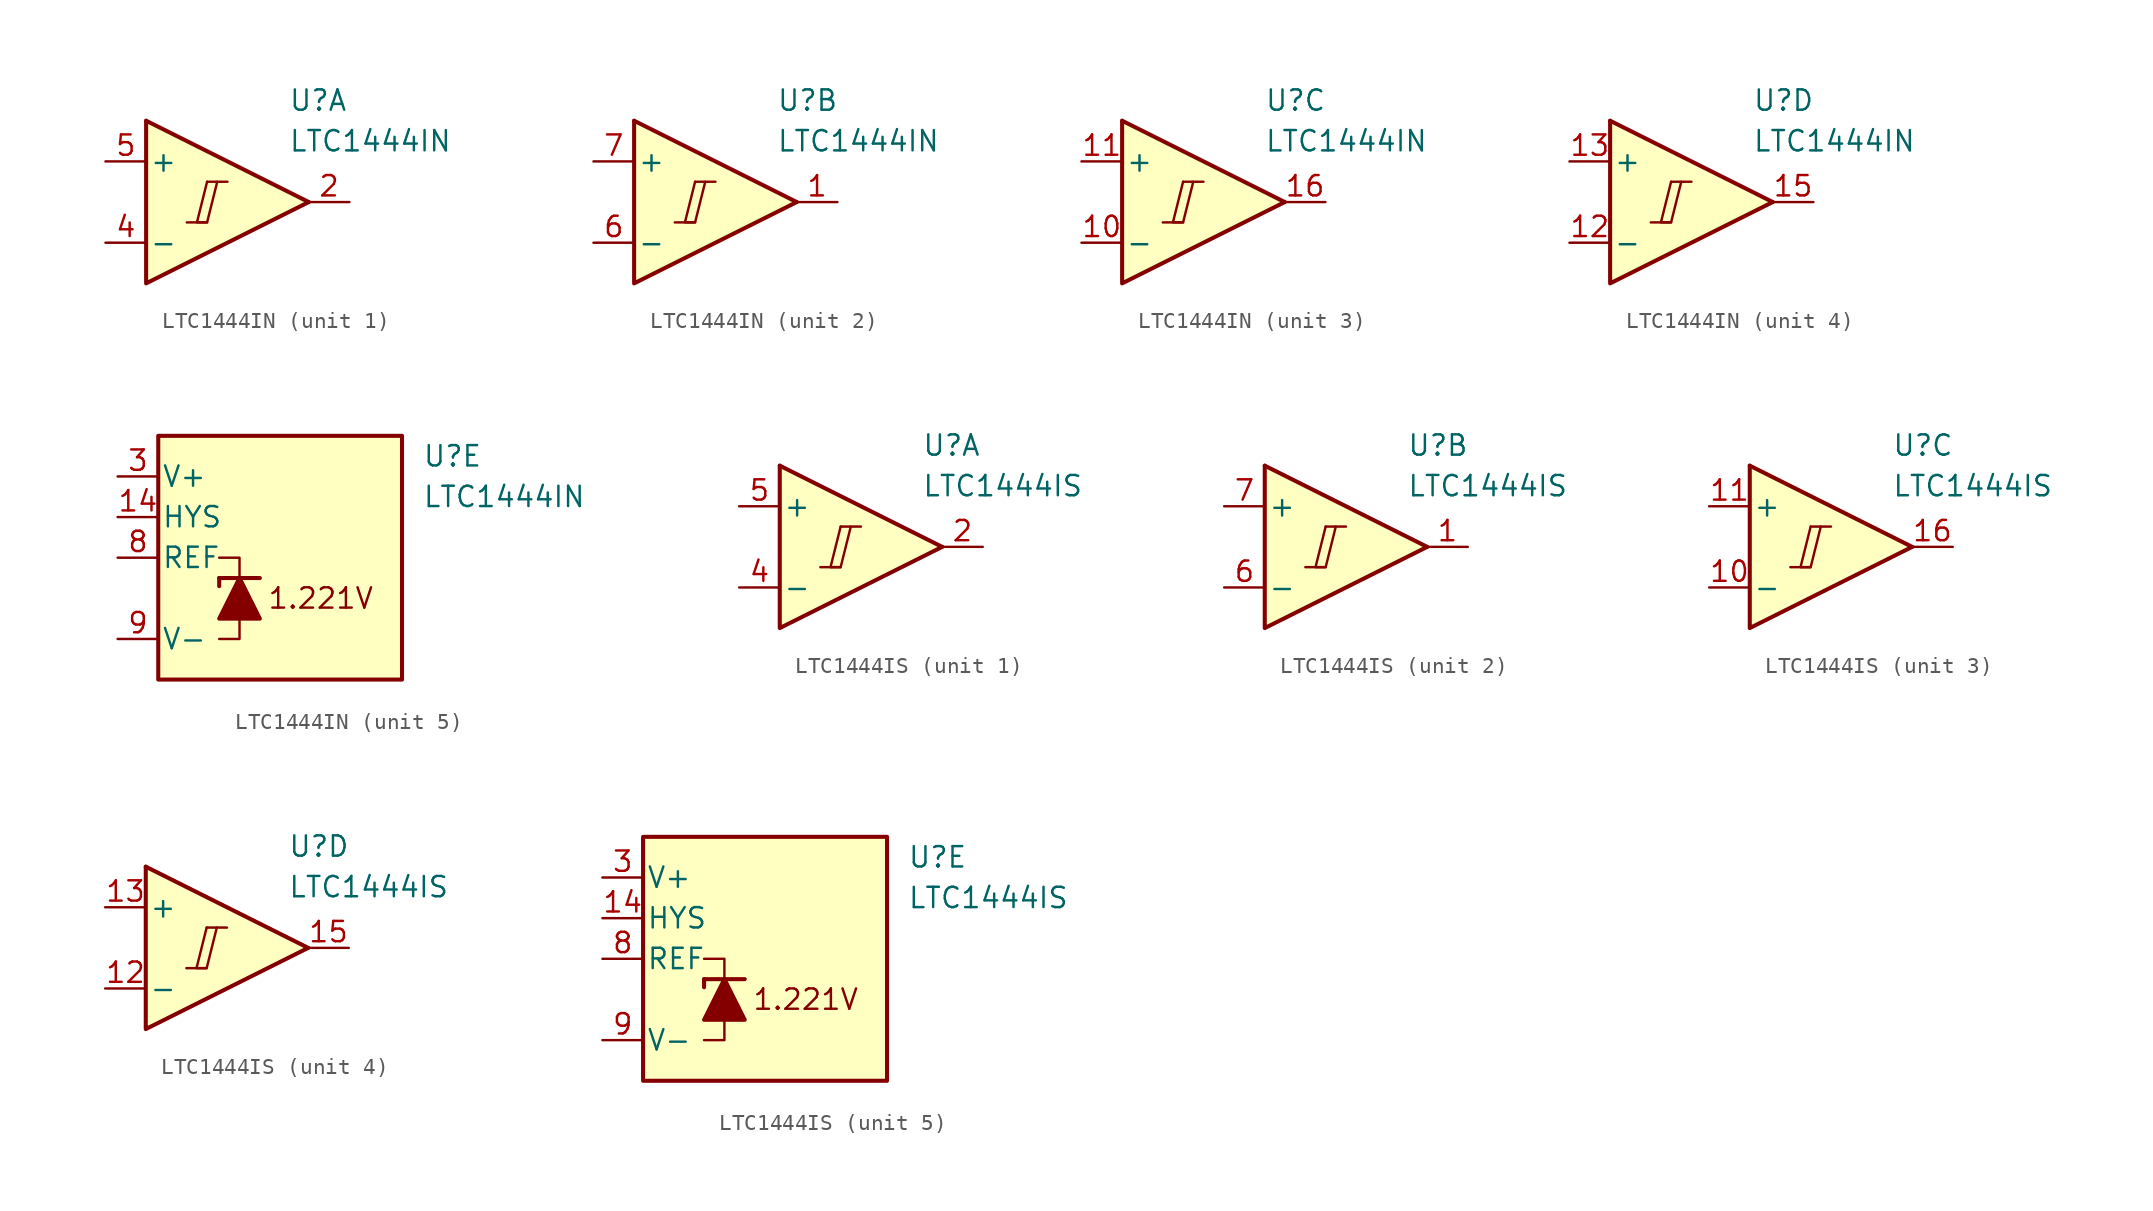
<source format=kicad_sym>
(kicad_symbol_lib
  (version 20231120)
  (generator "kicad_symbol_editor")
  (generator_version "8.0")
  (symbol "LTC1444IN"
    (pin_names
      (offset 0.2))
    (property "Reference" "U"
      (at 5.08 6.35 0)
      (effects (font (size 1.27 1.27)) (justify left)))
    (property "Value" "LTC1444IN"
      (at 5.08 3.81 0)
      (effects (font (size 1.27 1.27)) (justify left)))
    (property "ki_locked" ""
      (at 0 0 0)
      (effects (font (size 1.27 1.27))))
    (symbol "LTC1444IN_1_0"
      (polyline (pts (xy -1.27 -1.27) (xy 0 -1.27)) (stroke (width 0.152) (type default)) (fill (type none)))
      (polyline (pts (xy 0 1.27) (xy 1.27 1.27)) (stroke (width 0.152) (type default)) (fill (type none)))
      (polyline (pts (xy 0 1.27) (xy -0.635 -1.27) (xy 0 -1.27) (xy 0.635 1.27)) (stroke (width 0.152) (type default)) (fill (type none))))
    (symbol "LTC1444IN_1_1"
      (polyline (pts (xy -3.81 5.08) (xy 6.35 0)) (stroke (width 0.254) (type default)) (fill (type none)))
      (polyline (pts (xy -3.81 5.08) (xy -3.81 -5.08) (xy 6.35 0)) (stroke (width 0.254) (type default)) (fill (type background)))
      (pin output line (at 8.89 0 180) (length 2.54) (name "~" (effects (font (size 1.27 1.27)))) (number "2" (effects (font (size 1.27 1.27)))))
      (pin input line (at -6.35 -2.54 0) (length 2.54) (name "-" (effects (font (size 1.27 1.27)))) (number "4" (effects (font (size 1.27 1.27)))))
      (pin input line (at -6.35 2.54 0) (length 2.54) (name "+" (effects (font (size 1.27 1.27)))) (number "5" (effects (font (size 1.27 1.27))))))
    (symbol "LTC1444IN_2_0"
      (polyline (pts (xy -1.27 -1.27) (xy 0 -1.27)) (stroke (width 0.152) (type default)) (fill (type none)))
      (polyline (pts (xy 0 1.27) (xy 1.27 1.27)) (stroke (width 0.152) (type default)) (fill (type none)))
      (polyline (pts (xy 0 1.27) (xy -0.635 -1.27) (xy 0 -1.27) (xy 0.635 1.27)) (stroke (width 0.152) (type default)) (fill (type none))))
    (symbol "LTC1444IN_2_1"
      (polyline (pts (xy -3.81 5.08) (xy 6.35 0)) (stroke (width 0.254) (type default)) (fill (type none)))
      (polyline (pts (xy -3.81 5.08) (xy -3.81 -5.08) (xy 6.35 0)) (stroke (width 0.254) (type default)) (fill (type background)))
      (pin output line (at 8.89 0 180) (length 2.54) (name "~" (effects (font (size 1.27 1.27)))) (number "1" (effects (font (size 1.27 1.27)))))
      (pin input line (at -6.35 -2.54 0) (length 2.54) (name "-" (effects (font (size 1.27 1.27)))) (number "6" (effects (font (size 1.27 1.27)))))
      (pin input line (at -6.35 2.54 0) (length 2.54) (name "+" (effects (font (size 1.27 1.27)))) (number "7" (effects (font (size 1.27 1.27))))))
    (symbol "LTC1444IN_3_0"
      (polyline (pts (xy -1.27 -1.27) (xy 0 -1.27)) (stroke (width 0.152) (type default)) (fill (type none)))
      (polyline (pts (xy 0 1.27) (xy 1.27 1.27)) (stroke (width 0.152) (type default)) (fill (type none)))
      (polyline (pts (xy 0 1.27) (xy -0.635 -1.27) (xy 0 -1.27) (xy 0.635 1.27)) (stroke (width 0.152) (type default)) (fill (type none))))
    (symbol "LTC1444IN_3_1"
      (polyline (pts (xy -3.81 5.08) (xy 6.35 0)) (stroke (width 0.254) (type default)) (fill (type none)))
      (polyline (pts (xy -3.81 5.08) (xy -3.81 -5.08) (xy 6.35 0)) (stroke (width 0.254) (type default)) (fill (type background)))
      (pin input line (at -6.35 -2.54 0) (length 2.54) (name "-" (effects (font (size 1.27 1.27)))) (number "10" (effects (font (size 1.27 1.27)))))
      (pin input line (at -6.35 2.54 0) (length 2.54) (name "+" (effects (font (size 1.27 1.27)))) (number "11" (effects (font (size 1.27 1.27)))))
      (pin output line (at 8.89 0 180) (length 2.54) (name "~" (effects (font (size 1.27 1.27)))) (number "16" (effects (font (size 1.27 1.27))))))
    (symbol "LTC1444IN_4_0"
      (polyline (pts (xy -1.27 -1.27) (xy 0 -1.27)) (stroke (width 0.152) (type default)) (fill (type none)))
      (polyline (pts (xy 0 1.27) (xy 1.27 1.27)) (stroke (width 0.152) (type default)) (fill (type none)))
      (polyline (pts (xy 0 1.27) (xy -0.635 -1.27) (xy 0 -1.27) (xy 0.635 1.27)) (stroke (width 0.152) (type default)) (fill (type none))))
    (symbol "LTC1444IN_4_1"
      (polyline (pts (xy -3.81 5.08) (xy 6.35 0)) (stroke (width 0.254) (type default)) (fill (type none)))
      (polyline (pts (xy -3.81 5.08) (xy -3.81 -5.08) (xy 6.35 0)) (stroke (width 0.254) (type default)) (fill (type background)))
      (pin input line (at -6.35 -2.54 0) (length 2.54) (name "-" (effects (font (size 1.27 1.27)))) (number "12" (effects (font (size 1.27 1.27)))))
      (pin input line (at -6.35 2.54 0) (length 2.54) (name "+" (effects (font (size 1.27 1.27)))) (number "13" (effects (font (size 1.27 1.27)))))
      (pin output line (at 8.89 0 180) (length 2.54) (name "~" (effects (font (size 1.27 1.27)))) (number "15" (effects (font (size 1.27 1.27))))))
    (symbol "LTC1444IN_5_0"
      (text "1.221V" (at -1.27 -2.54 0) (effects (font (size 1.27 1.27)))))
    (symbol "LTC1444IN_5_1"
      (rectangle (start -11.43 7.62) (end 3.81 -7.62) (stroke (width 0.254) (type default)) (fill (type background)))
      (polyline (pts (xy -7.62 -1.27) (xy -7.62 -1.778)) (stroke (width 0.254) (type default)) (fill (type none)))
      (polyline (pts (xy -7.62 -1.27) (xy -5.08 -1.27)) (stroke (width 0.254) (type default)) (fill (type none)))
      (polyline (pts (xy -6.35 -3.81) (xy -6.35 -5.08) (xy -7.62 -5.08)) (stroke (width 0) (type default)) (fill (type none)))
      (polyline (pts (xy -6.35 -1.27) (xy -6.35 0) (xy -7.62 0)) (stroke (width 0) (type default)) (fill (type none)))
      (polyline (pts (xy -5.08 -3.81) (xy -7.62 -3.81) (xy -6.35 -1.27) (xy -5.08 -3.81)) (stroke (width 0.254) (type default)) (fill (type outline)))
      (pin input line (at -13.97 2.54 0) (length 2.54) (name "HYS" (effects (font (size 1.27 1.27)))) (number "14" (effects (font (size 1.27 1.27)))))
      (pin power_in line (at -13.97 5.08 0) (length 2.54) (name "V+" (effects (font (size 1.27 1.27)))) (number "3" (effects (font (size 1.27 1.27)))))
      (pin output line (at -13.97 0 0) (length 2.54) (name "REF" (effects (font (size 1.27 1.27)))) (number "8" (effects (font (size 1.27 1.27)))))
      (pin power_in line (at -13.97 -5.08 0) (length 2.54) (name "V-" (effects (font (size 1.27 1.27)))) (number "9" (effects (font (size 1.27 1.27)))))))
  (symbol "LTC1444IS"
    (pin_names
      (offset 0.2))
    (property "Reference" "U"
      (at 5.08 6.35 0)
      (effects (font (size 1.27 1.27)) (justify left)))
    (property "Value" "LTC1444IS"
      (at 5.08 3.81 0)
      (effects (font (size 1.27 1.27)) (justify left)))
    (property "ki_locked" ""
      (at 0 0 0)
      (effects (font (size 1.27 1.27))))
    (symbol "LTC1444IS_1_0"
      (polyline (pts (xy -1.27 -1.27) (xy 0 -1.27)) (stroke (width 0.152) (type default)) (fill (type none)))
      (polyline (pts (xy 0 1.27) (xy 1.27 1.27)) (stroke (width 0.152) (type default)) (fill (type none)))
      (polyline (pts (xy 0 1.27) (xy -0.635 -1.27) (xy 0 -1.27) (xy 0.635 1.27)) (stroke (width 0.152) (type default)) (fill (type none))))
    (symbol "LTC1444IS_1_1"
      (polyline (pts (xy -3.81 5.08) (xy 6.35 0)) (stroke (width 0.254) (type default)) (fill (type none)))
      (polyline (pts (xy -3.81 5.08) (xy -3.81 -5.08) (xy 6.35 0)) (stroke (width 0.254) (type default)) (fill (type background)))
      (pin output line (at 8.89 0 180) (length 2.54) (name "~" (effects (font (size 1.27 1.27)))) (number "2" (effects (font (size 1.27 1.27)))))
      (pin input line (at -6.35 -2.54 0) (length 2.54) (name "-" (effects (font (size 1.27 1.27)))) (number "4" (effects (font (size 1.27 1.27)))))
      (pin input line (at -6.35 2.54 0) (length 2.54) (name "+" (effects (font (size 1.27 1.27)))) (number "5" (effects (font (size 1.27 1.27))))))
    (symbol "LTC1444IS_2_0"
      (polyline (pts (xy -1.27 -1.27) (xy 0 -1.27)) (stroke (width 0.152) (type default)) (fill (type none)))
      (polyline (pts (xy 0 1.27) (xy 1.27 1.27)) (stroke (width 0.152) (type default)) (fill (type none)))
      (polyline (pts (xy 0 1.27) (xy -0.635 -1.27) (xy 0 -1.27) (xy 0.635 1.27)) (stroke (width 0.152) (type default)) (fill (type none))))
    (symbol "LTC1444IS_2_1"
      (polyline (pts (xy -3.81 5.08) (xy 6.35 0)) (stroke (width 0.254) (type default)) (fill (type none)))
      (polyline (pts (xy -3.81 5.08) (xy -3.81 -5.08) (xy 6.35 0)) (stroke (width 0.254) (type default)) (fill (type background)))
      (pin output line (at 8.89 0 180) (length 2.54) (name "~" (effects (font (size 1.27 1.27)))) (number "1" (effects (font (size 1.27 1.27)))))
      (pin input line (at -6.35 -2.54 0) (length 2.54) (name "-" (effects (font (size 1.27 1.27)))) (number "6" (effects (font (size 1.27 1.27)))))
      (pin input line (at -6.35 2.54 0) (length 2.54) (name "+" (effects (font (size 1.27 1.27)))) (number "7" (effects (font (size 1.27 1.27))))))
    (symbol "LTC1444IS_3_0"
      (polyline (pts (xy -1.27 -1.27) (xy 0 -1.27)) (stroke (width 0.152) (type default)) (fill (type none)))
      (polyline (pts (xy 0 1.27) (xy 1.27 1.27)) (stroke (width 0.152) (type default)) (fill (type none)))
      (polyline (pts (xy 0 1.27) (xy -0.635 -1.27) (xy 0 -1.27) (xy 0.635 1.27)) (stroke (width 0.152) (type default)) (fill (type none))))
    (symbol "LTC1444IS_3_1"
      (polyline (pts (xy -3.81 5.08) (xy 6.35 0)) (stroke (width 0.254) (type default)) (fill (type none)))
      (polyline (pts (xy -3.81 5.08) (xy -3.81 -5.08) (xy 6.35 0)) (stroke (width 0.254) (type default)) (fill (type background)))
      (pin input line (at -6.35 -2.54 0) (length 2.54) (name "-" (effects (font (size 1.27 1.27)))) (number "10" (effects (font (size 1.27 1.27)))))
      (pin input line (at -6.35 2.54 0) (length 2.54) (name "+" (effects (font (size 1.27 1.27)))) (number "11" (effects (font (size 1.27 1.27)))))
      (pin output line (at 8.89 0 180) (length 2.54) (name "~" (effects (font (size 1.27 1.27)))) (number "16" (effects (font (size 1.27 1.27))))))
    (symbol "LTC1444IS_4_0"
      (polyline (pts (xy -1.27 -1.27) (xy 0 -1.27)) (stroke (width 0.152) (type default)) (fill (type none)))
      (polyline (pts (xy 0 1.27) (xy 1.27 1.27)) (stroke (width 0.152) (type default)) (fill (type none)))
      (polyline (pts (xy 0 1.27) (xy -0.635 -1.27) (xy 0 -1.27) (xy 0.635 1.27)) (stroke (width 0.152) (type default)) (fill (type none))))
    (symbol "LTC1444IS_4_1"
      (polyline (pts (xy -3.81 5.08) (xy 6.35 0)) (stroke (width 0.254) (type default)) (fill (type none)))
      (polyline (pts (xy -3.81 5.08) (xy -3.81 -5.08) (xy 6.35 0)) (stroke (width 0.254) (type default)) (fill (type background)))
      (pin input line (at -6.35 -2.54 0) (length 2.54) (name "-" (effects (font (size 1.27 1.27)))) (number "12" (effects (font (size 1.27 1.27)))))
      (pin input line (at -6.35 2.54 0) (length 2.54) (name "+" (effects (font (size 1.27 1.27)))) (number "13" (effects (font (size 1.27 1.27)))))
      (pin output line (at 8.89 0 180) (length 2.54) (name "~" (effects (font (size 1.27 1.27)))) (number "15" (effects (font (size 1.27 1.27))))))
    (symbol "LTC1444IS_5_0"
      (text "1.221V" (at -1.27 -2.54 0) (effects (font (size 1.27 1.27)))))
    (symbol "LTC1444IS_5_1"
      (rectangle (start -11.43 7.62) (end 3.81 -7.62) (stroke (width 0.254) (type default)) (fill (type background)))
      (polyline (pts (xy -7.62 -1.27) (xy -7.62 -1.778)) (stroke (width 0.254) (type default)) (fill (type none)))
      (polyline (pts (xy -7.62 -1.27) (xy -5.08 -1.27)) (stroke (width 0.254) (type default)) (fill (type none)))
      (polyline (pts (xy -6.35 -3.81) (xy -6.35 -5.08) (xy -7.62 -5.08)) (stroke (width 0) (type default)) (fill (type none)))
      (polyline (pts (xy -6.35 -1.27) (xy -6.35 0) (xy -7.62 0)) (stroke (width 0) (type default)) (fill (type none)))
      (polyline (pts (xy -5.08 -3.81) (xy -7.62 -3.81) (xy -6.35 -1.27) (xy -5.08 -3.81)) (stroke (width 0.254) (type default)) (fill (type outline)))
      (pin input line (at -13.97 2.54 0) (length 2.54) (name "HYS" (effects (font (size 1.27 1.27)))) (number "14" (effects (font (size 1.27 1.27)))))
      (pin power_in line (at -13.97 5.08 0) (length 2.54) (name "V+" (effects (font (size 1.27 1.27)))) (number "3" (effects (font (size 1.27 1.27)))))
      (pin output line (at -13.97 0 0) (length 2.54) (name "REF" (effects (font (size 1.27 1.27)))) (number "8" (effects (font (size 1.27 1.27)))))
      (pin power_in line (at -13.97 -5.08 0) (length 2.54) (name "V-" (effects (font (size 1.27 1.27)))) (number "9" (effects (font (size 1.27 1.27))))))))
</source>
